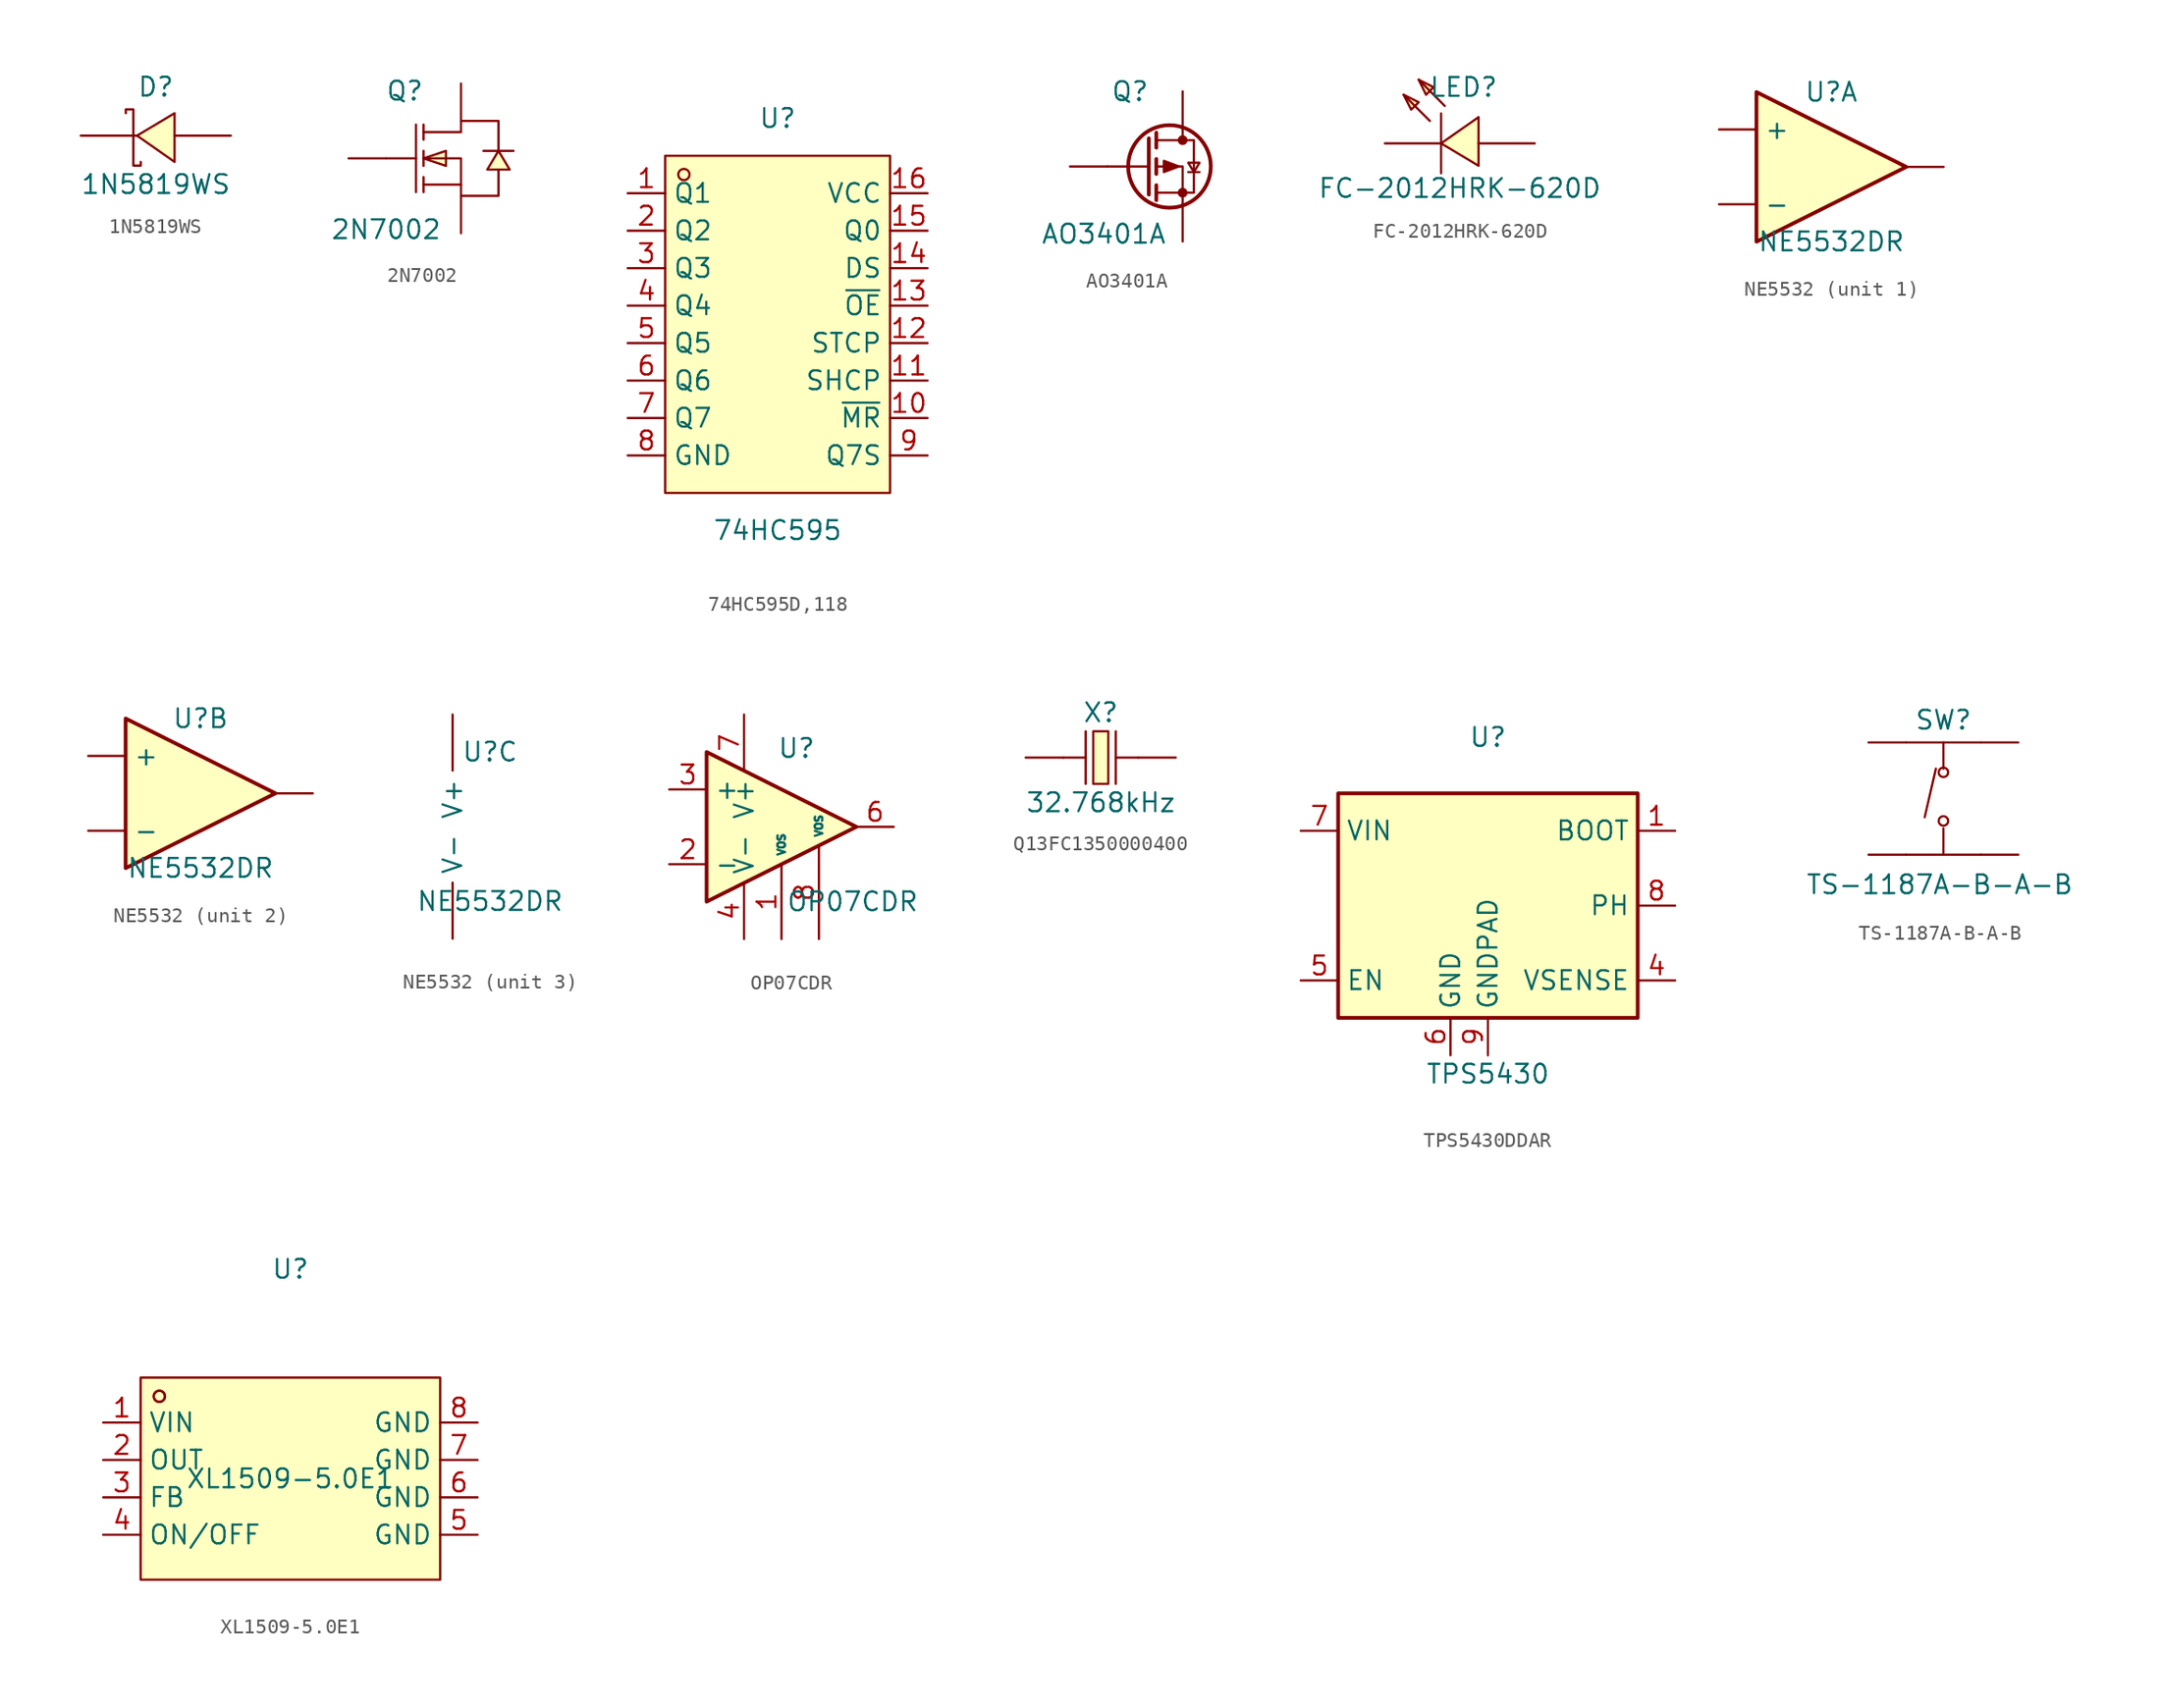
<source format=kicad_sym>
(kicad_symbol_lib
  (version 20241209)
  (generator "kicad_symbol_editor")
  (generator_version "9.0")
  (symbol "1N5819WS"
    (pin_numbers
      (hide yes))
    (pin_names
      (hide yes))
    (property "Reference" "D"
      (at 0 3.302 0)
      (effects (font (size 1.27 1.27))))
    (property "Value" "1N5819WS"
      (at 0 -3.302 0)
      (effects (font (size 1.27 1.27))))
    (symbol "1N5819WS_0_1"
      (polyline (pts (xy -2.03 1.52) (xy -2.03 1.78) (xy -1.52 1.78) (xy -1.52 -2.03) (xy -1.02 -2.03) (xy -1.02 -1.78)) (stroke (width 0) (type default)) (fill (type none)))
      (polyline (pts (xy 1.27 1.52) (xy -1.27 0) (xy 1.27 -1.78) (xy 1.27 1.52)) (stroke (width 0) (type default)) (fill (type background)))
      (pin unspecified line (at -5.08 0 0) (length 3.81) (name "K" (effects (font (size 1.27 1.27)))) (number "1" (effects (font (size 1.27 1.27)))))
      (pin unspecified line (at 5.08 0 180) (length 3.81) (name "A" (effects (font (size 1.27 1.27)))) (number "2" (effects (font (size 1.27 1.27)))))))
  (symbol "2N7002"
    (pin_numbers
      (hide yes))
    (pin_names
      (hide yes))
    (property "Reference" "Q"
      (at -1.27 4.572 0)
      (effects (font (size 1.27 1.27))))
    (property "Value" "2N7002"
      (at -2.54 -4.826 0)
      (effects (font (size 1.27 1.27))))
    (symbol "2N7002_0_1"
      (polyline (pts (xy -2.54 0) (xy -0.51 0)) (stroke (width 0) (type default)) (fill (type none)))
      (polyline (pts (xy -0.51 2.29) (xy -0.51 -2.29)) (stroke (width 0) (type default)) (fill (type none)))
      (polyline (pts (xy 0 2.29) (xy 0 1.27)) (stroke (width 0) (type default)) (fill (type none)))
      (polyline (pts (xy 0 1.78) (xy 2.54 1.78) (xy 2.54 2.54) (xy 5.08 2.54) (xy 5.08 0.51)) (stroke (width 0) (type default)) (fill (type none)))
      (polyline (pts (xy 0 0) (xy 1.52 -0.51) (xy 1.52 0.51) (xy 0 0)) (stroke (width 0) (type default)) (fill (type background)))
      (polyline (pts (xy 0 0) (xy 2.54 0) (xy 2.54 -2.54) (xy 5.08 -2.54) (xy 5.08 -0.76)) (stroke (width 0) (type default)) (fill (type none)))
      (polyline (pts (xy 0 -0.51) (xy 0 0.51)) (stroke (width 0) (type default)) (fill (type none)))
      (polyline (pts (xy 0 -2.29) (xy 0 -1.27)) (stroke (width 0) (type default)) (fill (type none)))
      (polyline (pts (xy 2.54 -1.78) (xy 0 -1.78)) (stroke (width 0) (type default)) (fill (type none)))
      (polyline (pts (xy 5.08 0.51) (xy 4.32 -0.76) (xy 5.84 -0.76) (xy 5.08 0.51)) (stroke (width 0) (type default)) (fill (type background)))
      (polyline (pts (xy 6.1 0.51) (xy 5.59 0.51) (xy 4.57 0.51) (xy 4.06 0.51)) (stroke (width 0) (type default)) (fill (type none)))
      (pin unspecified line (at -5.08 0 0) (length 2.54) (name "G" (effects (font (size 1.27 1.27)))) (number "1" (effects (font (size 1.27 1.27)))))
      (pin unspecified line (at 2.54 5.08 270) (length 2.54) (name "D" (effects (font (size 1.27 1.27)))) (number "3" (effects (font (size 1.27 1.27)))))
      (pin unspecified line (at 2.54 -5.08 90) (length 2.54) (name "S" (effects (font (size 1.27 1.27)))) (number "2" (effects (font (size 1.27 1.27)))))))
  (symbol "74HC595D,118"
    (property "Reference" "U"
      (at 0 13.97 0)
      (effects (font (size 1.27 1.27))))
    (property "Value" "74HC595"
      (at 0 -13.97 0)
      (effects (font (size 1.27 1.27))))
    (symbol "74HC595D,118_0_1"
      (rectangle (start -7.62 11.43) (end 7.62 -11.43) (stroke (width 0) (type default)) (fill (type background)))
      (circle (center -6.35 10.16) (radius 0.38) (stroke (width 0) (type default)) (fill (type none)))
      (pin unspecified line (at -10.16 8.89 0) (length 2.54) (name "Q1" (effects (font (size 1.27 1.27)))) (number "1" (effects (font (size 1.27 1.27)))))
      (pin unspecified line (at -10.16 6.35 0) (length 2.54) (name "Q2" (effects (font (size 1.27 1.27)))) (number "2" (effects (font (size 1.27 1.27)))))
      (pin unspecified line (at -10.16 3.81 0) (length 2.54) (name "Q3" (effects (font (size 1.27 1.27)))) (number "3" (effects (font (size 1.27 1.27)))))
      (pin unspecified line (at -10.16 1.27 0) (length 2.54) (name "Q4" (effects (font (size 1.27 1.27)))) (number "4" (effects (font (size 1.27 1.27)))))
      (pin unspecified line (at -10.16 -1.27 0) (length 2.54) (name "Q5" (effects (font (size 1.27 1.27)))) (number "5" (effects (font (size 1.27 1.27)))))
      (pin unspecified line (at -10.16 -3.81 0) (length 2.54) (name "Q6" (effects (font (size 1.27 1.27)))) (number "6" (effects (font (size 1.27 1.27)))))
      (pin unspecified line (at -10.16 -6.35 0) (length 2.54) (name "Q7" (effects (font (size 1.27 1.27)))) (number "7" (effects (font (size 1.27 1.27)))))
      (pin unspecified line (at -10.16 -8.89 0) (length 2.54) (name "GND" (effects (font (size 1.27 1.27)))) (number "8" (effects (font (size 1.27 1.27)))))
      (pin unspecified line (at 10.16 8.89 180) (length 2.54) (name "VCC" (effects (font (size 1.27 1.27)))) (number "16" (effects (font (size 1.27 1.27)))))
      (pin unspecified line (at 10.16 6.35 180) (length 2.54) (name "Q0" (effects (font (size 1.27 1.27)))) (number "15" (effects (font (size 1.27 1.27)))))
      (pin unspecified line (at 10.16 3.81 180) (length 2.54) (name "DS" (effects (font (size 1.27 1.27)))) (number "14" (effects (font (size 1.27 1.27)))))
      (pin unspecified line (at 10.16 1.27 180) (length 2.54) (name "~{OE}" (effects (font (size 1.27 1.27)))) (number "13" (effects (font (size 1.27 1.27)))))
      (pin unspecified line (at 10.16 -1.27 180) (length 2.54) (name "STCP" (effects (font (size 1.27 1.27)))) (number "12" (effects (font (size 1.27 1.27)))))
      (pin unspecified line (at 10.16 -3.81 180) (length 2.54) (name "SHCP" (effects (font (size 1.27 1.27)))) (number "11" (effects (font (size 1.27 1.27)))))
      (pin unspecified line (at 10.16 -6.35 180) (length 2.54) (name "~{MR}" (effects (font (size 1.27 1.27)))) (number "10" (effects (font (size 1.27 1.27)))))
      (pin unspecified line (at 10.16 -8.89 180) (length 2.54) (name "Q7S" (effects (font (size 1.27 1.27)))) (number "9" (effects (font (size 1.27 1.27)))))))
  (symbol "AO3401A"
    (pin_numbers
      (hide yes))
    (pin_names
      (hide yes))
    (property "Reference" "Q"
      (at -1.016 5.08 0)
      (effects (font (size 1.27 1.27))))
    (property "Value" "AO3401A"
      (at -2.794 -4.572 0)
      (effects (font (size 1.27 1.27))))
    (symbol "AO3401A_0_1"
      (polyline (pts (xy 0.254 1.905) (xy 0.254 -1.905)) (stroke (width 0.254) (type default)) (fill (type none)))
      (polyline (pts (xy 0.254 0) (xy -2.54 0)) (stroke (width 0) (type default)) (fill (type none)))
      (polyline (pts (xy 0.762 2.286) (xy 0.762 1.27)) (stroke (width 0.254) (type default)) (fill (type none)))
      (polyline (pts (xy 0.762 1.778) (xy 3.302 1.778) (xy 3.302 -1.778) (xy 0.762 -1.778)) (stroke (width 0) (type default)) (fill (type none)))
      (polyline (pts (xy 0.762 0.508) (xy 0.762 -0.508)) (stroke (width 0.254) (type default)) (fill (type none)))
      (polyline (pts (xy 0.762 -1.27) (xy 0.762 -2.286)) (stroke (width 0.254) (type default)) (fill (type none)))
      (circle (center 1.651 0) (radius 2.794) (stroke (width 0.254) (type default)) (fill (type none)))
      (polyline (pts (xy 2.286 0) (xy 1.27 0.381) (xy 1.27 -0.381) (xy 2.286 0)) (stroke (width 0) (type default)) (fill (type outline)))
      (polyline (pts (xy 2.54 2.54) (xy 2.54 1.778)) (stroke (width 0) (type default)) (fill (type none)))
      (circle (center 2.54 1.778) (radius 0.254) (stroke (width 0) (type default)) (fill (type outline)))
      (circle (center 2.54 -1.778) (radius 0.254) (stroke (width 0) (type default)) (fill (type outline)))
      (polyline (pts (xy 2.54 -2.54) (xy 2.54 0) (xy 0.762 0)) (stroke (width 0) (type default)) (fill (type none)))
      (polyline (pts (xy 2.921 -0.381) (xy 3.683 -0.381)) (stroke (width 0) (type default)) (fill (type none)))
      (polyline (pts (xy 3.302 -0.381) (xy 2.921 0.254) (xy 3.683 0.254) (xy 3.302 -0.381)) (stroke (width 0) (type default)) (fill (type none))))
    (symbol "AO3401A_1_1"
      (pin input line (at -5.08 0 0) (length 2.54) (name "G" (effects (font (size 1.27 1.27)))) (number "G" (effects (font (size 1.27 1.27)))))
      (pin passive line (at 2.54 5.08 270) (length 2.54) (name "D" (effects (font (size 1.27 1.27)))) (number "D" (effects (font (size 1.27 1.27)))))
      (pin passive line (at 2.54 -5.08 90) (length 2.54) (name "S" (effects (font (size 1.27 1.27)))) (number "S" (effects (font (size 1.27 1.27)))))))
  (symbol "FC-2012HRK-620D"
    (pin_numbers
      (hide yes))
    (pin_names
      (hide yes))
    (property "Reference" "LED"
      (at 0.254 3.81 0)
      (effects (font (size 1.27 1.27))))
    (property "Value" "FC-2012HRK-620D"
      (at 0 -3.048 0)
      (effects (font (size 1.27 1.27))))
    (symbol "FC-2012HRK-620D_0_1"
      (polyline (pts (xy -3.81 3.3) (xy -2.79 2.79) (xy -3.3 2.29) (xy -3.81 3.3)) (stroke (width 0) (type default)) (fill (type background)))
      (polyline (pts (xy -2.79 4.32) (xy -1.78 3.81) (xy -2.29 3.3) (xy -2.79 4.32)) (stroke (width 0) (type default)) (fill (type background)))
      (polyline (pts (xy -2.03 1.52) (xy -3.81 3.3)) (stroke (width 0) (type default)) (fill (type none)))
      (polyline (pts (xy -1.27 2.03) (xy -1.27 -2.03)) (stroke (width 0) (type default)) (fill (type none)))
      (polyline (pts (xy -1.02 2.54) (xy -2.79 4.32)) (stroke (width 0) (type default)) (fill (type none)))
      (polyline (pts (xy 1.27 -1.52) (xy -1.27 0) (xy 1.27 1.78) (xy 1.27 -1.52)) (stroke (width 0) (type default)) (fill (type background)))
      (pin unspecified line (at -5.08 0 0) (length 3.81) (name "-" (effects (font (size 1.27 1.27)))) (number "2" (effects (font (size 1.27 1.27)))))
      (pin unspecified line (at 5.08 0 180) (length 3.81) (name "+" (effects (font (size 1.27 1.27)))) (number "1" (effects (font (size 1.27 1.27)))))))
  (symbol "NE5532"
    (pin_numbers
      (hide yes))
    (property "Reference" "U"
      (at 0 5.08 0)
      (effects (font (size 1.27 1.27))))
    (property "Value" "NE5532DR"
      (at 0 -5.08 0)
      (effects (font (size 1.27 1.27))))
    (symbol "NE5532_1_1"
      (polyline (pts (xy -5.08 5.08) (xy 5.08 0) (xy -5.08 -5.08) (xy -5.08 5.08)) (stroke (width 0.254) (type default)) (fill (type background)))
      (pin input line (at -7.62 2.54 0) (length 2.54) (name "+" (effects (font (size 1.27 1.27)))) (number "3" (effects (font (size 1.27 1.27)))))
      (pin input line (at -7.62 -2.54 0) (length 2.54) (name "-" (effects (font (size 1.27 1.27)))) (number "2" (effects (font (size 1.27 1.27)))))
      (pin output line (at 7.62 0 180) (length 2.54) (name "~" (effects (font (size 1.27 1.27)))) (number "1" (effects (font (size 1.27 1.27))))))
    (symbol "NE5532_2_1"
      (polyline (pts (xy -5.08 5.08) (xy 5.08 0) (xy -5.08 -5.08) (xy -5.08 5.08)) (stroke (width 0.254) (type default)) (fill (type background)))
      (pin input line (at -7.62 2.54 0) (length 2.54) (name "+" (effects (font (size 1.27 1.27)))) (number "5" (effects (font (size 1.27 1.27)))))
      (pin input line (at -7.62 -2.54 0) (length 2.54) (name "-" (effects (font (size 1.27 1.27)))) (number "6" (effects (font (size 1.27 1.27)))))
      (pin output line (at 7.62 0 180) (length 2.54) (name "~" (effects (font (size 1.27 1.27)))) (number "7" (effects (font (size 1.27 1.27))))))
    (symbol "NE5532_3_1"
      (pin power_in line (at -2.54 7.62 270) (length 3.81) (name "V+" (effects (font (size 1.27 1.27)))) (number "8" (effects (font (size 1.27 1.27)))))
      (pin power_in line (at -2.54 -7.62 90) (length 3.81) (name "V-" (effects (font (size 1.27 1.27)))) (number "4" (effects (font (size 1.27 1.27)))))))
  (symbol "OP07CDR"
    (property "Reference" "U"
      (at 1.016 5.334 0)
      (effects (font (size 1.27 1.27))))
    (property "Value" "OP07CDR"
      (at 4.826 -5.08 0)
      (effects (font (size 1.27 1.27))))
    (symbol "OP07CDR_0_1"
      (polyline (pts (xy -5.08 5.08) (xy 5.08 0) (xy -5.08 -5.08) (xy -5.08 5.08)) (stroke (width 0.254) (type default)) (fill (type background))))
    (symbol "OP07CDR_1_1"
      (pin input line (at -7.62 2.54 0) (length 2.54) (name "+" (effects (font (size 1.27 1.27)))) (number "3" (effects (font (size 1.27 1.27)))))
      (pin input line (at -7.62 -2.54 0) (length 2.54) (name "-" (effects (font (size 1.27 1.27)))) (number "2" (effects (font (size 1.27 1.27)))))
      (pin power_in line (at -2.54 7.62 270) (length 3.81) (name "V+" (effects (font (size 1.27 1.27)))) (number "7" (effects (font (size 1.27 1.27)))))
      (pin power_in line (at -2.54 -7.62 90) (length 3.81) (name "V-" (effects (font (size 1.27 1.27)))) (number "4" (effects (font (size 1.27 1.27)))))
      (pin no_connect line (at 0 2.54 270) (length 2.54) (hide yes) (name "NC" (effects (font (size 1.27 1.27)))) (number "5" (effects (font (size 1.27 1.27)))))
      (pin input line (at 0 -7.62 90) (length 5.08) (name "VOS" (effects (font (size 0.508 0.508)))) (number "1" (effects (font (size 1.27 1.27)))))
      (pin input line (at 2.54 -7.62 90) (length 6.35) (name "VOS" (effects (font (size 0.508 0.508)))) (number "8" (effects (font (size 1.27 1.27)))))
      (pin output line (at 7.62 0 180) (length 2.54) (name "~" (effects (font (size 1.27 1.27)))) (number "6" (effects (font (size 1.27 1.27)))))))
  (symbol "Q13FC1350000400"
    (pin_numbers
      (hide yes))
    (pin_names
      (hide yes))
    (property "Reference" "X"
      (at 0 3.048 0)
      (effects (font (size 1.27 1.27))))
    (property "Value" "32.768kHz"
      (at 0 -3.048 0)
      (effects (font (size 1.27 1.27))))
    (symbol "Q13FC1350000400_0_1"
      (polyline (pts (xy -2.54 0) (xy -1.02 0)) (stroke (width 0) (type default)) (fill (type none)))
      (polyline (pts (xy -1.02 1.78) (xy -1.02 -1.78)) (stroke (width 0) (type default)) (fill (type none)))
      (rectangle (start -0.51 1.78) (end 0.51 -1.78) (stroke (width 0) (type default)) (fill (type background)))
      (polyline (pts (xy 1.02 1.78) (xy 1.02 -1.78)) (stroke (width 0) (type default)) (fill (type none)))
      (polyline (pts (xy 1.02 0) (xy 2.54 0)) (stroke (width 0) (type default)) (fill (type none)))
      (pin unspecified line (at -5.08 0 0) (length 2.54) (name "1" (effects (font (size 1.27 1.27)))) (number "1" (effects (font (size 1.27 1.27)))))
      (pin unspecified line (at 5.08 0 180) (length 2.54) (name "2" (effects (font (size 1.27 1.27)))) (number "2" (effects (font (size 1.27 1.27)))))))
  (symbol "TPS5430DDAR"
    (property "Reference" "U"
      (at 0 11.43 0)
      (effects (font (size 1.27 1.27))))
    (property "Value" "TPS5430"
      (at 0 -11.43 0)
      (effects (font (size 1.27 1.27))))
    (symbol "TPS5430DDAR_0_1"
      (rectangle (start -10.16 7.62) (end 10.16 -7.62) (stroke (width 0.254) (type default)) (fill (type background))))
    (symbol "TPS5430DDAR_1_1"
      (pin power_in line (at -12.7 5.08 0) (length 2.54) (name "VIN" (effects (font (size 1.27 1.27)))) (number "7" (effects (font (size 1.27 1.27)))))
      (pin input line (at -12.7 -5.08 0) (length 2.54) (name "EN" (effects (font (size 1.27 1.27)))) (number "5" (effects (font (size 1.27 1.27)))))
      (pin no_connect line (at -10.16 2.54 0) (length 2.54) (hide yes) (name "NC" (effects (font (size 1.27 1.27)))) (number "2" (effects (font (size 1.27 1.27)))))
      (pin no_connect line (at -10.16 -2.54 0) (length 2.54) (hide yes) (name "NC" (effects (font (size 1.27 1.27)))) (number "3" (effects (font (size 1.27 1.27)))))
      (pin power_in line (at -2.54 -10.16 90) (length 2.54) (name "GND" (effects (font (size 1.27 1.27)))) (number "6" (effects (font (size 1.27 1.27)))))
      (pin power_in line (at 0 -10.16 90) (length 2.54) (name "GNDPAD" (effects (font (size 1.27 1.27)))) (number "9" (effects (font (size 1.27 1.27)))))
      (pin input line (at 12.7 5.08 180) (length 2.54) (name "BOOT" (effects (font (size 1.27 1.27)))) (number "1" (effects (font (size 1.27 1.27)))))
      (pin output line (at 12.7 0 180) (length 2.54) (name "PH" (effects (font (size 1.27 1.27)))) (number "8" (effects (font (size 1.27 1.27)))))
      (pin input line (at 12.7 -5.08 180) (length 2.54) (name "VSENSE" (effects (font (size 1.27 1.27)))) (number "4" (effects (font (size 1.27 1.27)))))))
  (symbol "TS-1187A-B-A-B"
    (pin_numbers
      (hide yes))
    (pin_names
      (hide yes))
    (property "Reference" "SW"
      (at 0 4.064 0)
      (effects (font (size 1.27 1.27))))
    (property "Value" "TS-1187A-B-A-B"
      (at -0.254 -7.112 0)
      (effects (font (size 1.27 1.27))))
    (symbol "TS-1187A-B-A-B_0_1"
      (polyline (pts (xy -2.54 2.54) (xy 2.54 2.54)) (stroke (width 0) (type default)) (fill (type none)))
      (polyline (pts (xy -2.54 -5.08) (xy 2.54 -5.08)) (stroke (width 0) (type default)) (fill (type none)))
      (polyline (pts (xy -0.51 0.76) (xy -1.27 -2.54)) (stroke (width 0) (type default)) (fill (type none)))
      (polyline (pts (xy 0 0.76) (xy 0 2.54)) (stroke (width 0) (type default)) (fill (type none)))
      (circle (center 0 0.51) (radius 0.32) (stroke (width 0) (type default)) (fill (type none)))
      (circle (center 0 -2.79) (radius 0.32) (stroke (width 0) (type default)) (fill (type none)))
      (polyline (pts (xy 0 -3.3) (xy 0 -5.08)) (stroke (width 0) (type default)) (fill (type none)))
      (pin unspecified line (at -5.08 2.54 0) (length 2.54) (name "A" (effects (font (size 1.27 1.27)))) (number "1" (effects (font (size 1.27 1.27)))))
      (pin unspecified line (at -5.08 -5.08 0) (length 2.54) (name "C" (effects (font (size 1.27 1.27)))) (number "3" (effects (font (size 1.27 1.27)))))
      (pin unspecified line (at 5.08 2.54 180) (length 2.54) (name "B" (effects (font (size 1.27 1.27)))) (number "2" (effects (font (size 1.27 1.27)))))
      (pin unspecified line (at 5.08 -5.08 180) (length 2.54) (name "D" (effects (font (size 1.27 1.27)))) (number "4" (effects (font (size 1.27 1.27)))))))
  (symbol "XL1509-5.0E1"
    (property "Reference" "U"
      (at 0 14.224 0)
      (effects (font (size 1.27 1.27))))
    (property "Value" "XL1509-5.0E1"
      (at 0 0 0)
      (effects (font (size 1.27 1.27))))
    (symbol "XL1509-5.0E1_0_1"
      (rectangle (start -10.16 6.86) (end 10.16 -6.86) (stroke (width 0) (type default)) (fill (type background)))
      (circle (center -8.89 5.59) (radius 0.38) (stroke (width 0) (type default)) (fill (type none)))
      (circle (center -8.89 5.59) (radius 0.38) (stroke (width 0) (type default)) (fill (type none)))
      (pin unspecified line (at -12.7 3.81 0) (length 2.54) (name "VIN" (effects (font (size 1.27 1.27)))) (number "1" (effects (font (size 1.27 1.27)))))
      (pin unspecified line (at -12.7 1.27 0) (length 2.54) (name "OUT" (effects (font (size 1.27 1.27)))) (number "2" (effects (font (size 1.27 1.27)))))
      (pin unspecified line (at -12.7 -1.27 0) (length 2.54) (name "FB" (effects (font (size 1.27 1.27)))) (number "3" (effects (font (size 1.27 1.27)))))
      (pin unspecified line (at -12.7 -3.81 0) (length 2.54) (name "ON/OFF" (effects (font (size 1.27 1.27)))) (number "4" (effects (font (size 1.27 1.27)))))
      (pin unspecified line (at 12.7 3.81 180) (length 2.54) (name "GND" (effects (font (size 1.27 1.27)))) (number "8" (effects (font (size 1.27 1.27)))))
      (pin unspecified line (at 12.7 1.27 180) (length 2.54) (name "GND" (effects (font (size 1.27 1.27)))) (number "7" (effects (font (size 1.27 1.27)))))
      (pin unspecified line (at 12.7 -1.27 180) (length 2.54) (name "GND" (effects (font (size 1.27 1.27)))) (number "6" (effects (font (size 1.27 1.27)))))
      (pin unspecified line (at 12.7 -3.81 180) (length 2.54) (name "GND" (effects (font (size 1.27 1.27)))) (number "5" (effects (font (size 1.27 1.27))))))))
</source>
